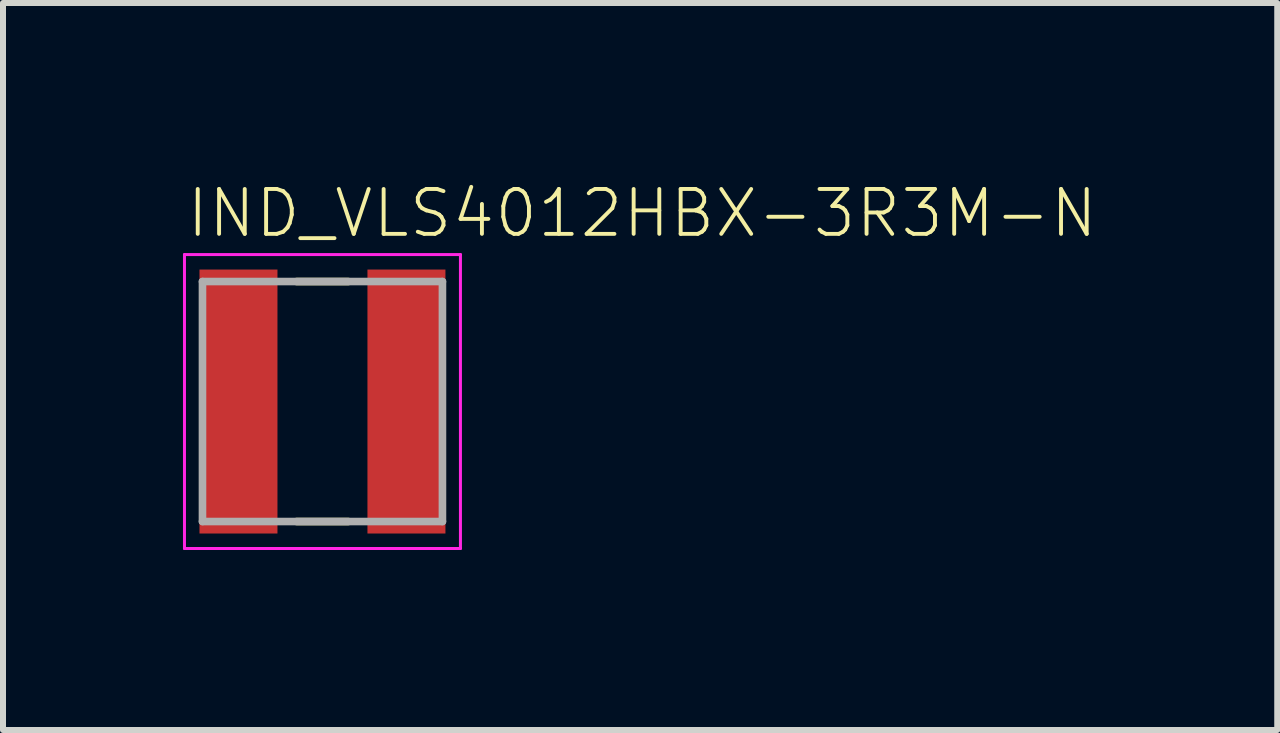
<source format=kicad_pcb>
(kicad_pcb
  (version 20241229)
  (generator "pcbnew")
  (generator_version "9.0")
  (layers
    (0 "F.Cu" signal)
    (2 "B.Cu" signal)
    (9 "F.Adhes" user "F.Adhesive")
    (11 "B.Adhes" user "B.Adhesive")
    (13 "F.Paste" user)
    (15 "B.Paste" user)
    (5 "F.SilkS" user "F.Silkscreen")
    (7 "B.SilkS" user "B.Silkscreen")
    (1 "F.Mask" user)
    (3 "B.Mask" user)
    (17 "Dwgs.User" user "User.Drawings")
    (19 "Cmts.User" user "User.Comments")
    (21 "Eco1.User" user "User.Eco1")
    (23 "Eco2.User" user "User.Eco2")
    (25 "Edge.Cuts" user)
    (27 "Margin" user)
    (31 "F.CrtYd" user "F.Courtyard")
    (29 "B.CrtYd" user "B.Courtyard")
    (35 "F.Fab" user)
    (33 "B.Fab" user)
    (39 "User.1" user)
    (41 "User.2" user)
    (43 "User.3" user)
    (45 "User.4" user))
  (footprint "IND_VLS4012HBX-3R3M-N"
    (layer "F.Cu")
    (at 2.325 3.643)
    (property "Reference" "IND_VLS4012HBX-3R3M-N" (at -2.3 -2.7 0) (unlocked yes) (layer "F.SilkS") (effects (font (size 0.748 0.748) (thickness 0.065)) (justify left bottom)))
    (fp_line (start -0.43 -2) (end 0.43 -2) (stroke (width 0.127) (type solid)) (layer "F.SilkS"))
    (fp_line (start -0.43 2) (end 0.43 2) (stroke (width 0.127) (type solid)) (layer "F.SilkS"))
    (fp_line (start -2.3 -2.45) (end -2.3 2.45) (stroke (width 0.05) (type solid)) (layer "F.CrtYd"))
    (fp_line (start -2.3 2.45) (end 2.3 2.45) (stroke (width 0.05) (type solid)) (layer "F.CrtYd"))
    (fp_line (start 2.3 -2.45) (end -2.3 -2.45) (stroke (width 0.05) (type solid)) (layer "F.CrtYd"))
    (fp_line (start 2.3 2.45) (end 2.3 -2.45) (stroke (width 0.05) (type solid)) (layer "F.CrtYd"))
    (fp_line (start -2 -2) (end -2 2) (stroke (width 0.127) (type solid)) (layer "F.Fab"))
    (fp_line (start -2 -2) (end 2 -2) (stroke (width 0.127) (type solid)) (layer "F.Fab"))
    (fp_line (start -2 2) (end 2 2) (stroke (width 0.127) (type solid)) (layer "F.Fab"))
    (fp_line (start 2 -2) (end 2 2) (stroke (width 0.127) (type solid)) (layer "F.Fab"))
    (pad "1" smd rect (at -1.4 0) (size 1.3 4.4) (layers "F.Cu" "F.Mask" "F.Paste"))
    (pad "2" smd rect (at 1.4 0) (size 1.3 4.4) (layers "F.Cu" "F.Mask" "F.Paste")))
  (gr_rect
    (start -3 -3)
    (end 18.24 9.118)
    (stroke (width 0.1) (type default))
    (fill no)
    (layer "Edge.Cuts")))
</source>
